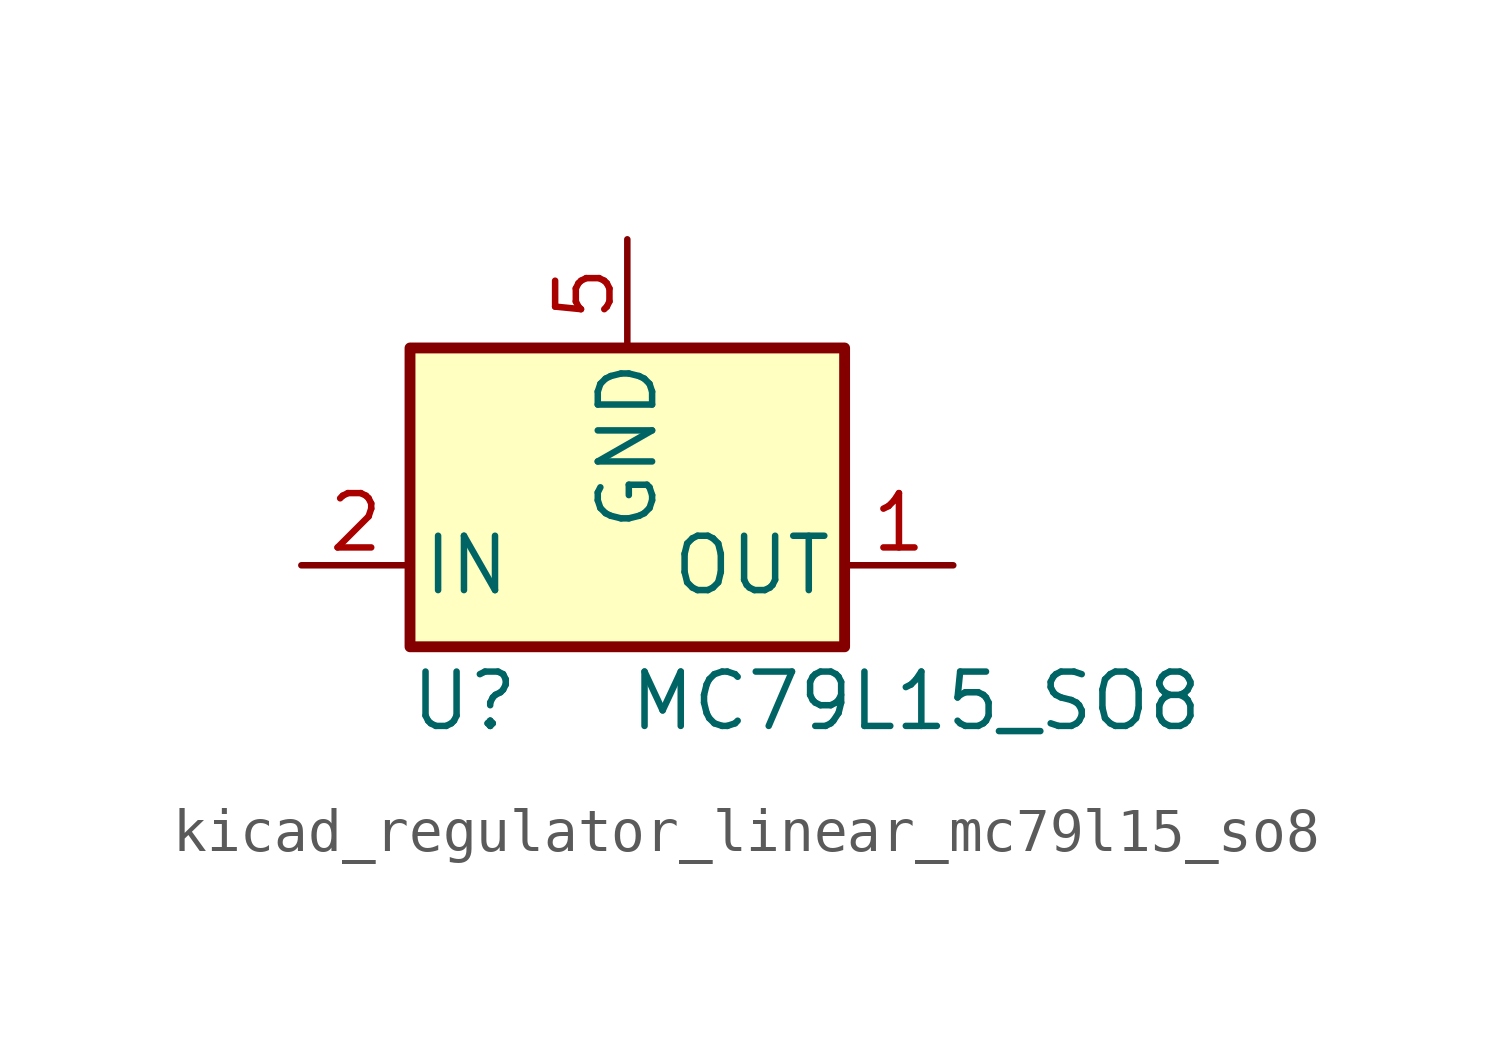
<source format=kicad_sym>
(kicad_symbol_lib
  (version 20220914)
  (generator kicad_symbol_editor)
  (symbol "kicad_regulator_linear_mc79l15_so8"
    (pin_names
      (offset 0.254))
    (property "Reference" "U"
      (at -3.81 -3.175 0)
      (effects (font (size 1.27 1.27))))
    (property "Value" "MC79L15_SO8"
      (at 0 -3.175 0)
      (effects (font (size 1.27 1.27)) (justify left)))
    (symbol "kicad_regulator_linear_mc79l15_so8_0_1"
      (rectangle (start -5.08 5.08) (end 5.08 -1.905) (stroke (width 0.254) (type default)) (fill (type background))))
    (symbol "kicad_regulator_linear_mc79l15_so8_1_1"
      (pin power_out line (at 7.62 0 180) (length 2.54) (name "OUT" (effects (font (size 1.27 1.27)))) (number "1" (effects (font (size 1.27 1.27)))))
      (pin power_in line (at -7.62 0 0) (length 2.54) (name "IN" (effects (font (size 1.27 1.27)))) (number "2" (effects (font (size 1.27 1.27)))))
      (pin passive line (at -7.62 0 0) (length 2.54) hide (name "IN" (effects (font (size 1.27 1.27)))) (number "3" (effects (font (size 1.27 1.27)))))
      (pin no_connect line (at 5.08 2.54 180) (length 2.54) hide (name "NC" (effects (font (size 1.27 1.27)))) (number "4" (effects (font (size 1.27 1.27)))))
      (pin power_in line (at 0 7.62 270) (length 2.54) (name "GND" (effects (font (size 1.27 1.27)))) (number "5" (effects (font (size 1.27 1.27)))))
      (pin passive line (at -7.62 0 0) (length 2.54) hide (name "IN" (effects (font (size 1.27 1.27)))) (number "6" (effects (font (size 1.27 1.27)))))
      (pin passive line (at -7.62 0 0) (length 2.54) hide (name "IN" (effects (font (size 1.27 1.27)))) (number "7" (effects (font (size 1.27 1.27)))))
      (pin no_connect line (at -5.08 2.54 0) (length 2.54) hide (name "NC" (effects (font (size 1.27 1.27)))) (number "8" (effects (font (size 1.27 1.27))))))))
</source>
